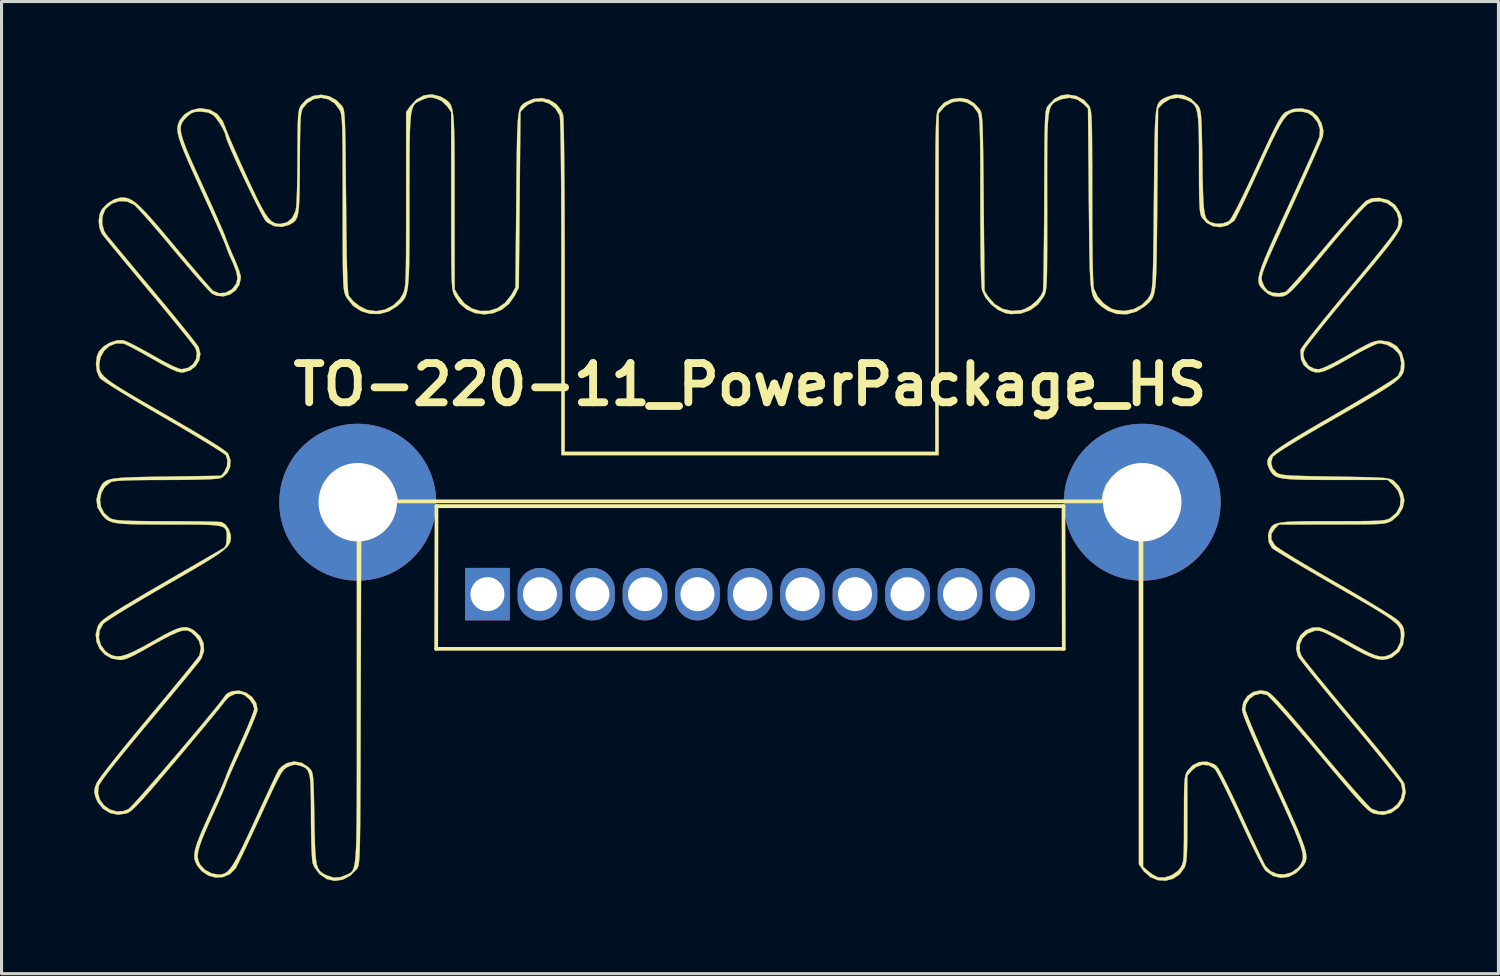
<source format=kicad_pcb>
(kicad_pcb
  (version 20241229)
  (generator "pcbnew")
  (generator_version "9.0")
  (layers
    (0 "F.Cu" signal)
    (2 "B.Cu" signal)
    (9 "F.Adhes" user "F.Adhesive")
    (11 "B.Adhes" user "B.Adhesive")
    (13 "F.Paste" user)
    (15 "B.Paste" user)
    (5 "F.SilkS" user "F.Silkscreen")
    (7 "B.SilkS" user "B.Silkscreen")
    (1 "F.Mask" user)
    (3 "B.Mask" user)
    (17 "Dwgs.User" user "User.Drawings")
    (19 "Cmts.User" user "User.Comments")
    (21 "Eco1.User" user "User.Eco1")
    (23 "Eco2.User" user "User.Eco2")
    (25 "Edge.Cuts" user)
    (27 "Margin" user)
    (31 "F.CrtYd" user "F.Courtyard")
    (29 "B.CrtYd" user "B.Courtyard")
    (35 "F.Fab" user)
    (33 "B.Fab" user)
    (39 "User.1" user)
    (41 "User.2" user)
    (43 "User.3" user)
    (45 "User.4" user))
  (footprint "TO-220-11_PowerPackage_HS"
    (layer "F.Cu")
    (at 21.232 13.21)
    (property "Reference" "TO-220-11_PowerPackage_HS" (at 0 -3.81 0) (layer "F.SilkS") (effects (font (size 1.27 1.27) (thickness 0.254))))
    (attr through_hole)
    (fp_line (start -10.16 4.747) (end -10.15 0.127) (stroke (width 0.12) (type solid)) (layer "F.SilkS"))
    (fp_line (start -10.15 0.127) (end 10.15 0.127) (stroke (width 0.127) (type solid)) (layer "F.SilkS"))
    (fp_line (start 10.15 0.127) (end 10.16 4.747) (stroke (width 0.12) (type solid)) (layer "F.SilkS"))
    (fp_line (start 10.16 4.747) (end -10.16 4.747) (stroke (width 0.12) (type solid)) (layer "F.SilkS"))
    (fp_poly (pts (xy -10.033 -13.137) (xy -9.93 -13.082) (xy -9.853 -13.035) (xy -9.788 -12.989) (xy -9.734 -12.936) (xy -9.689 -12.867) (xy -9.653 -12.772) (xy -9.625 -12.645) (xy -9.603 -12.475) (xy -9.588 -12.255) (xy -9.577 -11.975) (xy -9.57 -11.628) (xy -9.567 -11.203) (xy -9.565 -10.694) (xy -9.565 -10.09) (xy -9.565 -9.751) (xy -9.564 -6.898) (xy -9.442 -6.686) (xy -9.246 -6.437) (xy -9.002 -6.272) (xy -8.73 -6.192) (xy -8.448 -6.196) (xy -8.175 -6.283) (xy -7.93 -6.454) (xy -7.731 -6.707) (xy -7.728 -6.713) (xy -7.593 -6.952) (xy -7.566 -9.786) (xy -7.56 -10.426) (xy -7.554 -10.967) (xy -7.547 -11.419) (xy -7.54 -11.791) (xy -7.53 -12.09) (xy -7.517 -12.326) (xy -7.5 -12.508) (xy -7.479 -12.644) (xy -7.453 -12.742) (xy -7.42 -12.813) (xy -7.38 -12.863) (xy -7.333 -12.903) (xy -7.276 -12.941) (xy -7.273 -12.942) (xy -7.013 -13.057) (xy -6.745 -13.083) (xy -6.491 -13.025) (xy -6.273 -12.892) (xy -6.112 -12.69) (xy -6.053 -12.543) (xy -6.043 -12.455) (xy -6.035 -12.265) (xy -6.027 -11.974) (xy -6.021 -11.586) (xy -6.015 -11.105) (xy -6.01 -10.534) (xy -6.005 -9.877) (xy -6.002 -9.136) (xy -6 -8.316) (xy -5.999 -7.419) (xy -5.999 -6.992) (xy -5.999 -1.631) (xy 5.999 -1.631) (xy 5.999 -7.099) (xy 5.999 -7.983) (xy 5.999 -8.768) (xy 6 -9.458) (xy 6.001 -10.059) (xy 6.002 -10.579) (xy 6.004 -11.024) (xy 6.007 -11.399) (xy 6.011 -11.712) (xy 6.016 -11.968) (xy 6.022 -12.174) (xy 6.029 -12.336) (xy 6.037 -12.46) (xy 6.047 -12.552) (xy 6.058 -12.62) (xy 6.072 -12.669) (xy 6.087 -12.706) (xy 6.104 -12.736) (xy 6.105 -12.738) (xy 6.284 -12.931) (xy 6.53 -13.051) (xy 6.804 -13.087) (xy 7.049 -13.044) (xy 7.261 -12.916) (xy 7.428 -12.733) (xy 7.452 -12.698) (xy 7.473 -12.656) (xy 7.49 -12.6) (xy 7.504 -12.519) (xy 7.516 -12.405) (xy 7.526 -12.249) (xy 7.534 -12.043) (xy 7.541 -11.777) (xy 7.547 -11.442) (xy 7.553 -11.031) (xy 7.558 -10.533) (xy 7.564 -9.94) (xy 7.566 -9.715) (xy 7.593 -6.845) (xy 7.717 -6.647) (xy 7.923 -6.413) (xy 8.186 -6.259) (xy 8.481 -6.193) (xy 8.788 -6.221) (xy 8.888 -6.253) (xy 9.093 -6.363) (xy 9.282 -6.523) (xy 9.426 -6.7) (xy 9.486 -6.832) (xy 9.492 -6.907) (xy 9.498 -7.079) (xy 9.504 -7.337) (xy 9.509 -7.671) (xy 9.514 -8.07) (xy 9.519 -8.525) (xy 9.523 -9.025) (xy 9.526 -9.56) (xy 9.527 -9.822) (xy 9.53 -10.449) (xy 9.532 -10.978) (xy 9.535 -11.418) (xy 9.539 -11.777) (xy 9.544 -12.066) (xy 9.55 -12.291) (xy 9.559 -12.463) (xy 9.569 -12.59) (xy 9.582 -12.681) (xy 9.598 -12.744) (xy 9.617 -12.79) (xy 9.64 -12.826) (xy 9.65 -12.84) (xy 9.853 -13.054) (xy 10.073 -13.17) (xy 10.28 -13.199) (xy 10.566 -13.153) (xy 10.809 -13.026) (xy 10.973 -12.844) (xy 10.996 -12.803) (xy 11.016 -12.753) (xy 11.032 -12.687) (xy 11.045 -12.596) (xy 11.056 -12.47) (xy 11.064 -12.299) (xy 11.07 -12.076) (xy 11.074 -11.791) (xy 11.076 -11.435) (xy 11.078 -10.998) (xy 11.079 -10.473) (xy 11.079 -9.893) (xy 11.08 -9.189) (xy 11.084 -8.573) (xy 11.089 -8.049) (xy 11.097 -7.618) (xy 11.107 -7.285) (xy 11.119 -7.051) (xy 11.133 -6.922) (xy 11.137 -6.908) (xy 11.255 -6.658) (xy 11.446 -6.438) (xy 11.68 -6.279) (xy 11.806 -6.23) (xy 12.115 -6.193) (xy 12.413 -6.246) (xy 12.677 -6.38) (xy 12.882 -6.584) (xy 12.948 -6.693) (xy 12.971 -6.743) (xy 12.99 -6.802) (xy 13.006 -6.88) (xy 13.02 -6.984) (xy 13.031 -7.125) (xy 13.04 -7.31) (xy 13.048 -7.55) (xy 13.055 -7.853) (xy 13.061 -8.227) (xy 13.067 -8.683) (xy 13.073 -9.228) (xy 13.078 -9.815) (xy 13.084 -10.469) (xy 13.09 -11.024) (xy 13.096 -11.489) (xy 13.104 -11.873) (xy 13.114 -12.185) (xy 13.128 -12.432) (xy 13.146 -12.623) (xy 13.17 -12.767) (xy 13.201 -12.873) (xy 13.24 -12.948) (xy 13.287 -13.002) (xy 13.344 -13.042) (xy 13.411 -13.079) (xy 13.471 -13.109) (xy 13.748 -13.198) (xy 14.019 -13.183) (xy 14.272 -13.068) (xy 14.495 -12.856) (xy 14.507 -12.84) (xy 14.538 -12.794) (xy 14.564 -12.738) (xy 14.583 -12.662) (xy 14.599 -12.552) (xy 14.611 -12.397) (xy 14.621 -12.185) (xy 14.629 -11.904) (xy 14.637 -11.541) (xy 14.645 -11.084) (xy 14.646 -11.025) (xy 14.654 -10.532) (xy 14.663 -10.135) (xy 14.675 -9.822) (xy 14.69 -9.582) (xy 14.711 -9.405) (xy 14.738 -9.277) (xy 14.774 -9.189) (xy 14.82 -9.129) (xy 14.877 -9.086) (xy 14.913 -9.065) (xy 15.099 -9.015) (xy 15.309 -9.026) (xy 15.49 -9.092) (xy 15.518 -9.112) (xy 15.578 -9.192) (xy 15.676 -9.364) (xy 15.811 -9.622) (xy 15.977 -9.959) (xy 16.173 -10.369) (xy 16.395 -10.846) (xy 16.402 -10.862) (xy 16.611 -11.315) (xy 16.782 -11.681) (xy 16.92 -11.969) (xy 17.031 -12.19) (xy 17.12 -12.354) (xy 17.192 -12.472) (xy 17.254 -12.553) (xy 17.31 -12.607) (xy 17.342 -12.631) (xy 17.582 -12.731) (xy 17.853 -12.751) (xy 18.114 -12.69) (xy 18.203 -12.645) (xy 18.38 -12.485) (xy 18.505 -12.269) (xy 18.563 -12.033) (xy 18.549 -11.852) (xy 18.517 -11.763) (xy 18.444 -11.588) (xy 18.336 -11.338) (xy 18.198 -11.023) (xy 18.034 -10.655) (xy 17.849 -10.245) (xy 17.649 -9.803) (xy 17.511 -9.5) (xy 17.275 -8.985) (xy 17.081 -8.558) (xy 16.924 -8.211) (xy 16.801 -7.932) (xy 16.708 -7.715) (xy 16.641 -7.548) (xy 16.598 -7.422) (xy 16.573 -7.33) (xy 16.565 -7.26) (xy 16.568 -7.205) (xy 16.58 -7.154) (xy 16.586 -7.136) (xy 16.656 -6.98) (xy 16.749 -6.861) (xy 16.767 -6.847) (xy 16.934 -6.782) (xy 17.139 -6.768) (xy 17.324 -6.807) (xy 17.348 -6.818) (xy 17.405 -6.871) (xy 17.523 -6.996) (xy 17.691 -7.184) (xy 17.902 -7.425) (xy 18.146 -7.708) (xy 18.415 -8.024) (xy 18.618 -8.265) (xy 18.903 -8.601) (xy 19.173 -8.915) (xy 19.418 -9.194) (xy 19.63 -9.431) (xy 19.799 -9.612) (xy 19.915 -9.728) (xy 19.959 -9.765) (xy 20.136 -9.841) (xy 20.347 -9.853) (xy 20.381 -9.851) (xy 20.667 -9.781) (xy 20.887 -9.626) (xy 21.04 -9.387) (xy 21.053 -9.355) (xy 21.089 -9.256) (xy 21.111 -9.163) (xy 21.114 -9.069) (xy 21.092 -8.965) (xy 21.042 -8.843) (xy 20.956 -8.695) (xy 20.832 -8.513) (xy 20.662 -8.288) (xy 20.443 -8.013) (xy 20.168 -7.678) (xy 19.833 -7.276) (xy 19.528 -6.911) (xy 19.21 -6.531) (xy 18.912 -6.17) (xy 18.642 -5.838) (xy 18.406 -5.545) (xy 18.212 -5.301) (xy 18.069 -5.114) (xy 17.982 -4.994) (xy 17.962 -4.96) (xy 17.917 -4.822) (xy 17.927 -4.702) (xy 17.964 -4.603) (xy 18.086 -4.417) (xy 18.262 -4.322) (xy 18.412 -4.305) (xy 18.522 -4.333) (xy 18.711 -4.415) (xy 18.968 -4.545) (xy 19.282 -4.718) (xy 19.372 -4.769) (xy 19.676 -4.943) (xy 19.905 -5.067) (xy 20.077 -5.151) (xy 20.209 -5.202) (xy 20.319 -5.227) (xy 20.424 -5.234) (xy 20.432 -5.234) (xy 20.712 -5.187) (xy 20.938 -5.054) (xy 21.097 -4.848) (xy 21.177 -4.58) (xy 21.184 -4.46) (xy 21.182 -4.353) (xy 21.169 -4.258) (xy 21.138 -4.168) (xy 21.08 -4.078) (xy 20.988 -3.981) (xy 20.855 -3.871) (xy 20.671 -3.742) (xy 20.43 -3.588) (xy 20.124 -3.402) (xy 19.744 -3.179) (xy 19.283 -2.912) (xy 18.969 -2.732) (xy 18.394 -2.399) (xy 17.914 -2.117) (xy 17.529 -1.884) (xy 17.238 -1.701) (xy 17.04 -1.567) (xy 16.936 -1.483) (xy 16.921 -1.464) (xy 16.872 -1.28) (xy 16.92 -1.1) (xy 17.057 -0.953) (xy 17.062 -0.95) (xy 17.113 -0.923) (xy 17.182 -0.902) (xy 17.281 -0.884) (xy 17.423 -0.87) (xy 17.619 -0.859) (xy 17.881 -0.85) (xy 18.22 -0.841) (xy 18.649 -0.834) (xy 18.949 -0.829) (xy 19.43 -0.821) (xy 19.816 -0.814) (xy 20.117 -0.806) (xy 20.346 -0.797) (xy 20.515 -0.786) (xy 20.636 -0.771) (xy 20.72 -0.753) (xy 20.781 -0.73) (xy 20.829 -0.701) (xy 20.843 -0.691) (xy 21.011 -0.518) (xy 21.133 -0.295) (xy 21.184 -0.068) (xy 21.185 -0.053) (xy 21.135 0.183) (xy 21.002 0.406) (xy 20.806 0.581) (xy 20.774 0.601) (xy 20.712 0.634) (xy 20.649 0.66) (xy 20.571 0.681) (xy 20.467 0.696) (xy 20.323 0.706) (xy 20.128 0.714) (xy 19.868 0.718) (xy 19.532 0.72) (xy 19.107 0.721) (xy 18.845 0.721) (xy 17.127 0.722) (xy 16.994 0.853) (xy 16.883 1.022) (xy 16.879 1.199) (xy 16.983 1.38) (xy 17.01 1.41) (xy 17.089 1.47) (xy 17.251 1.577) (xy 17.484 1.724) (xy 17.778 1.903) (xy 18.121 2.107) (xy 18.503 2.331) (xy 18.911 2.567) (xy 18.996 2.616) (xy 19.44 2.872) (xy 19.848 3.112) (xy 20.211 3.33) (xy 20.519 3.519) (xy 20.762 3.674) (xy 20.93 3.788) (xy 21.009 3.852) (xy 21.118 3.983) (xy 21.17 4.109) (xy 21.185 4.281) (xy 21.185 4.311) (xy 21.141 4.608) (xy 21.013 4.843) (xy 20.804 5.011) (xy 20.771 5.027) (xy 20.628 5.081) (xy 20.483 5.101) (xy 20.323 5.084) (xy 20.13 5.024) (xy 19.89 4.916) (xy 19.587 4.757) (xy 19.307 4.6) (xy 19.005 4.428) (xy 18.779 4.305) (xy 18.614 4.224) (xy 18.493 4.177) (xy 18.4 4.157) (xy 18.319 4.157) (xy 18.287 4.162) (xy 18.06 4.245) (xy 17.894 4.397) (xy 17.803 4.595) (xy 17.799 4.817) (xy 17.85 4.966) (xy 17.901 5.04) (xy 18.014 5.188) (xy 18.182 5.4) (xy 18.398 5.666) (xy 18.654 5.978) (xy 18.942 6.327) (xy 19.256 6.704) (xy 19.531 7.032) (xy 19.954 7.537) (xy 20.318 7.978) (xy 20.623 8.353) (xy 20.865 8.66) (xy 21.042 8.894) (xy 21.152 9.053) (xy 21.191 9.125) (xy 21.228 9.404) (xy 21.159 9.664) (xy 20.994 9.891) (xy 20.758 10.059) (xy 20.497 10.123) (xy 20.214 10.083) (xy 20.189 10.074) (xy 20.129 10.048) (xy 20.061 10.003) (xy 19.977 9.933) (xy 19.87 9.829) (xy 19.735 9.686) (xy 19.565 9.496) (xy 19.352 9.25) (xy 19.09 8.943) (xy 18.773 8.567) (xy 18.427 8.155) (xy 18.091 7.755) (xy 17.775 7.385) (xy 17.488 7.053) (xy 17.236 6.766) (xy 17.026 6.533) (xy 16.865 6.362) (xy 16.762 6.261) (xy 16.731 6.237) (xy 16.535 6.197) (xy 16.342 6.243) (xy 16.177 6.36) (xy 16.065 6.53) (xy 16.033 6.699) (xy 16.054 6.779) (xy 16.117 6.945) (xy 16.215 7.187) (xy 16.345 7.494) (xy 16.502 7.855) (xy 16.681 8.26) (xy 16.878 8.698) (xy 17.021 9.014) (xy 17.274 9.567) (xy 17.484 10.033) (xy 17.654 10.418) (xy 17.788 10.734) (xy 17.888 10.989) (xy 17.958 11.191) (xy 17.999 11.35) (xy 18.015 11.474) (xy 18.008 11.574) (xy 17.982 11.656) (xy 17.94 11.732) (xy 17.906 11.78) (xy 17.688 12) (xy 17.442 12.128) (xy 17.185 12.162) (xy 16.933 12.1) (xy 16.702 11.939) (xy 16.696 11.934) (xy 16.639 11.851) (xy 16.545 11.683) (xy 16.421 11.442) (xy 16.272 11.142) (xy 16.105 10.794) (xy 15.927 10.411) (xy 15.863 10.271) (xy 15.686 9.887) (xy 15.517 9.532) (xy 15.363 9.217) (xy 15.231 8.956) (xy 15.126 8.761) (xy 15.056 8.646) (xy 15.039 8.625) (xy 14.852 8.517) (xy 14.642 8.502) (xy 14.438 8.576) (xy 14.316 8.678) (xy 14.159 8.852) (xy 14.159 10.246) (xy 14.158 10.684) (xy 14.155 11.028) (xy 14.149 11.291) (xy 14.139 11.488) (xy 14.124 11.631) (xy 14.104 11.734) (xy 14.078 11.81) (xy 14.071 11.824) (xy 13.913 12.046) (xy 13.701 12.189) (xy 13.458 12.253) (xy 13.205 12.236) (xy 12.964 12.137) (xy 12.757 11.955) (xy 12.714 11.898) (xy 12.592 11.722) (xy 12.592 1.155) (xy 12.795 1.119) (xy 13.124 1.011) (xy 13.4 0.818) (xy 13.61 0.555) (xy 13.738 0.238) (xy 13.76 0.123) (xy 13.756 -0.202) (xy 13.66 -0.497) (xy 13.488 -0.75) (xy 13.255 -0.948) (xy 12.976 -1.079) (xy 12.666 -1.131) (xy 12.341 -1.092) (xy 12.282 -1.074) (xy 12.021 -0.944) (xy 11.794 -0.75) (xy 11.622 -0.515) (xy 11.525 -0.265) (xy 11.511 -0.136) (xy 11.511 0.027) (xy -11.499 0.027) (xy -11.536 -0.174) (xy -11.647 -0.496) (xy -11.844 -0.771) (xy -12.109 -0.98) (xy -12.424 -1.107) (xy -12.513 -1.125) (xy -12.827 -1.124) (xy -13.13 -1.029) (xy -13.399 -0.855) (xy -13.614 -0.616) (xy -13.755 -0.324) (xy -13.759 -0.311) (xy -13.813 0.018) (xy -13.768 0.315) (xy -13.62 0.593) (xy -13.457 0.78) (xy -13.281 0.937) (xy -13.117 1.033) (xy -12.919 1.094) (xy -12.896 1.099) (xy -12.589 1.167) (xy -12.604 6.448) (xy -12.607 7.317) (xy -12.609 8.084) (xy -12.611 8.758) (xy -12.614 9.343) (xy -12.617 9.848) (xy -12.62 10.277) (xy -12.624 10.638) (xy -12.628 10.936) (xy -12.634 11.178) (xy -12.641 11.372) (xy -12.648 11.522) (xy -12.658 11.635) (xy -12.668 11.718) (xy -12.681 11.777) (xy -12.695 11.819) (xy -12.711 11.85) (xy -12.729 11.875) (xy -12.73 11.877) (xy -12.944 12.091) (xy -13.19 12.221) (xy -13.448 12.259) (xy -13.699 12.2) (xy -13.7 12.2) (xy -13.936 12.039) (xy -14.106 11.814) (xy -14.16 11.68) (xy -14.175 11.576) (xy -14.188 11.383) (xy -14.199 11.117) (xy -14.207 10.796) (xy -14.212 10.436) (xy -14.213 10.172) (xy -14.214 9.727) (xy -14.219 9.377) (xy -14.229 9.109) (xy -14.249 8.91) (xy -14.281 8.769) (xy -14.326 8.672) (xy -14.389 8.607) (xy -14.472 8.563) (xy -14.569 8.528) (xy -14.715 8.496) (xy -14.846 8.517) (xy -14.957 8.565) (xy -15.015 8.596) (xy -15.069 8.637) (xy -15.123 8.697) (xy -15.185 8.789) (xy -15.26 8.921) (xy -15.354 9.106) (xy -15.473 9.353) (xy -15.623 9.674) (xy -15.81 10.079) (xy -15.861 10.191) (xy -16.039 10.574) (xy -16.205 10.931) (xy -16.355 11.249) (xy -16.483 11.515) (xy -16.581 11.715) (xy -16.644 11.836) (xy -16.659 11.861) (xy -16.837 12.04) (xy -17.058 12.136) (xy -17.3 12.151) (xy -17.539 12.086) (xy -17.754 11.942) (xy -17.89 11.775) (xy -17.951 11.66) (xy -17.986 11.543) (xy -17.992 11.411) (xy -17.966 11.249) (xy -17.904 11.045) (xy -17.804 10.785) (xy -17.662 10.456) (xy -17.482 10.058) (xy -17.336 9.736) (xy -17.205 9.445) (xy -17.098 9.201) (xy -17.019 9.017) (xy -16.976 8.908) (xy -16.969 8.886) (xy -16.948 8.822) (xy -16.888 8.678) (xy -16.797 8.466) (xy -16.681 8.203) (xy -16.546 7.905) (xy -16.51 7.825) (xy -16.371 7.514) (xy -16.249 7.229) (xy -16.15 6.987) (xy -16.082 6.805) (xy -16.052 6.7) (xy -16.051 6.688) (xy -16.095 6.538) (xy -16.206 6.381) (xy -16.352 6.256) (xy -16.464 6.206) (xy -16.669 6.206) (xy -16.864 6.298) (xy -17.017 6.463) (xy -17.074 6.54) (xy -17.193 6.689) (xy -17.365 6.9) (xy -17.582 7.164) (xy -17.837 7.472) (xy -18.122 7.812) (xy -18.428 8.176) (xy -18.546 8.315) (xy -18.904 8.738) (xy -19.2 9.086) (xy -19.443 9.367) (xy -19.638 9.588) (xy -19.793 9.756) (xy -19.916 9.88) (xy -20.012 9.968) (xy -20.09 10.026) (xy -20.157 10.062) (xy -20.193 10.076) (xy -20.462 10.117) (xy -20.72 10.062) (xy -20.946 9.923) (xy -21.119 9.711) (xy -21.194 9.536) (xy -21.22 9.42) (xy -21.11 9.42) (xy -21.046 9.636) (xy -20.912 9.817) (xy -20.727 9.948) (xy -20.509 10.013) (xy -20.278 9.999) (xy -20.123 9.936) (xy -20.061 9.879) (xy -19.939 9.751) (xy -19.766 9.56) (xy -19.552 9.318) (xy -19.306 9.036) (xy -19.035 8.723) (xy -18.75 8.391) (xy -18.458 8.049) (xy -18.17 7.708) (xy -17.894 7.38) (xy -17.638 7.073) (xy -17.413 6.8) (xy -17.226 6.569) (xy -17.087 6.392) (xy -17.004 6.28) (xy -16.986 6.249) (xy -16.92 6.188) (xy -16.792 6.129) (xy -16.759 6.118) (xy -16.53 6.101) (xy -16.31 6.17) (xy -16.122 6.307) (xy -15.991 6.494) (xy -15.943 6.711) (xy -15.965 6.797) (xy -16.026 6.964) (xy -16.12 7.196) (xy -16.24 7.479) (xy -16.38 7.795) (xy -16.456 7.963) (xy -16.603 8.285) (xy -16.733 8.575) (xy -16.841 8.818) (xy -16.92 9.002) (xy -16.963 9.11) (xy -16.969 9.132) (xy -16.991 9.194) (xy -17.05 9.338) (xy -17.141 9.549) (xy -17.257 9.812) (xy -17.391 10.11) (xy -17.429 10.193) (xy -17.603 10.582) (xy -17.732 10.89) (xy -17.819 11.13) (xy -17.868 11.317) (xy -17.883 11.465) (xy -17.865 11.588) (xy -17.819 11.7) (xy -17.796 11.742) (xy -17.645 11.902) (xy -17.434 12.016) (xy -17.209 12.058) (xy -17.107 12.051) (xy -17.014 12.023) (xy -16.924 11.965) (xy -16.832 11.867) (xy -16.73 11.721) (xy -16.612 11.517) (xy -16.473 11.246) (xy -16.306 10.898) (xy -16.105 10.465) (xy -16.022 10.283) (xy -15.847 9.903) (xy -15.684 9.551) (xy -15.539 9.239) (xy -15.417 8.98) (xy -15.324 8.788) (xy -15.267 8.675) (xy -15.255 8.654) (xy -15.156 8.554) (xy -15.011 8.46) (xy -14.986 8.447) (xy -14.753 8.393) (xy -14.517 8.438) (xy -14.301 8.576) (xy -14.264 8.613) (xy -14.225 8.655) (xy -14.195 8.701) (xy -14.171 8.763) (xy -14.153 8.853) (xy -14.14 8.984) (xy -14.13 9.17) (xy -14.121 9.423) (xy -14.114 9.756) (xy -14.106 10.181) (xy -14.105 10.231) (xy -14.096 10.698) (xy -14.086 11.07) (xy -14.072 11.36) (xy -14.051 11.579) (xy -14.022 11.741) (xy -13.981 11.856) (xy -13.926 11.939) (xy -13.854 12) (xy -13.762 12.053) (xy -13.711 12.078) (xy -13.483 12.154) (xy -13.266 12.141) (xy -13.098 12.078) (xy -13.038 12.052) (xy -12.984 12.029) (xy -12.938 12.003) (xy -12.897 11.968) (xy -12.862 11.917) (xy -12.832 11.844) (xy -12.806 11.744) (xy -12.786 11.609) (xy -12.769 11.434) (xy -12.755 11.211) (xy -12.745 10.936) (xy -12.738 10.601) (xy -12.733 10.201) (xy -12.729 9.729) (xy -12.728 9.179) (xy -12.727 8.544) (xy -12.727 7.819) (xy -12.727 6.997) (xy -12.727 6.45) (xy -12.727 1.242) (xy -12.986 1.177) (xy -13.305 1.044) (xy -13.571 0.831) (xy -13.769 0.554) (xy -13.885 0.233) (xy -13.91 -0.024) (xy -13.858 -0.364) (xy -13.723 -0.657) (xy -13.521 -0.897) (xy -13.267 -1.076) (xy -12.978 -1.19) (xy -12.67 -1.232) (xy -12.359 -1.195) (xy -12.06 -1.074) (xy -11.789 -0.863) (xy -11.774 -0.847) (xy -11.565 -0.556) (xy -11.437 -0.227) (xy -11.401 -0.08) (xy 11.389 -0.08) (xy 11.422 -0.285) (xy 11.516 -0.551) (xy 11.695 -0.8) (xy 11.937 -1.011) (xy 12.22 -1.165) (xy 12.464 -1.233) (xy 12.777 -1.232) (xy 13.093 -1.141) (xy 13.385 -0.976) (xy 13.628 -0.75) (xy 13.755 -0.56) (xy 13.861 -0.247) (xy 13.873 0.076) (xy 13.8 0.392) (xy 13.65 0.682) (xy 13.433 0.928) (xy 13.157 1.11) (xy 12.889 1.201) (xy 12.727 1.234) (xy 12.727 11.8) (xy 12.902 11.955) (xy 13.048 12.062) (xy 13.192 12.136) (xy 13.223 12.146) (xy 13.432 12.149) (xy 13.653 12.076) (xy 13.846 11.945) (xy 13.928 11.85) (xy 13.965 11.792) (xy 13.994 11.731) (xy 14.016 11.655) (xy 14.031 11.548) (xy 14.041 11.399) (xy 14.047 11.192) (xy 14.05 10.915) (xy 14.051 10.553) (xy 14.051 10.272) (xy 14.052 9.847) (xy 14.054 9.515) (xy 14.059 9.262) (xy 14.067 9.076) (xy 14.079 8.941) (xy 14.097 8.845) (xy 14.121 8.773) (xy 14.153 8.713) (xy 14.161 8.7) (xy 14.331 8.515) (xy 14.548 8.413) (xy 14.787 8.4) (xy 15.019 8.48) (xy 15.095 8.531) (xy 15.161 8.616) (xy 15.266 8.796) (xy 15.407 9.068) (xy 15.584 9.429) (xy 15.794 9.875) (xy 15.918 10.145) (xy 16.093 10.525) (xy 16.257 10.878) (xy 16.403 11.191) (xy 16.526 11.451) (xy 16.62 11.645) (xy 16.678 11.759) (xy 16.69 11.78) (xy 16.855 11.946) (xy 17.068 12.036) (xy 17.303 12.05) (xy 17.532 11.988) (xy 17.729 11.852) (xy 17.808 11.755) (xy 17.854 11.678) (xy 17.886 11.599) (xy 17.901 11.509) (xy 17.895 11.399) (xy 17.866 11.26) (xy 17.811 11.083) (xy 17.727 10.858) (xy 17.611 10.577) (xy 17.459 10.23) (xy 17.269 9.809) (xy 17.038 9.304) (xy 16.915 9.037) (xy 16.647 8.45) (xy 16.424 7.955) (xy 16.244 7.547) (xy 16.107 7.223) (xy 16.01 6.979) (xy 15.952 6.809) (xy 15.93 6.709) (xy 15.929 6.703) (xy 15.975 6.468) (xy 16.103 6.277) (xy 16.289 6.147) (xy 16.513 6.093) (xy 16.725 6.122) (xy 16.783 6.151) (xy 16.859 6.208) (xy 16.959 6.301) (xy 17.09 6.436) (xy 17.257 6.62) (xy 17.468 6.86) (xy 17.727 7.162) (xy 18.042 7.534) (xy 18.418 7.982) (xy 18.436 8.004) (xy 18.759 8.388) (xy 19.066 8.749) (xy 19.349 9.077) (xy 19.601 9.365) (xy 19.814 9.603) (xy 19.978 9.782) (xy 20.088 9.893) (xy 20.126 9.925) (xy 20.356 10.01) (xy 20.583 10.004) (xy 20.791 9.922) (xy 20.963 9.778) (xy 21.081 9.586) (xy 21.128 9.362) (xy 21.087 9.121) (xy 21.082 9.107) (xy 21.038 9.042) (xy 20.932 8.903) (xy 20.771 8.7) (xy 20.562 8.44) (xy 20.312 8.134) (xy 20.028 7.789) (xy 19.718 7.414) (xy 19.42 7.058) (xy 19.09 6.663) (xy 18.78 6.288) (xy 18.497 5.944) (xy 18.248 5.638) (xy 18.041 5.38) (xy 17.882 5.179) (xy 17.779 5.042) (xy 17.739 4.983) (xy 17.682 4.743) (xy 17.715 4.511) (xy 17.823 4.306) (xy 17.993 4.149) (xy 18.208 4.06) (xy 18.424 4.053) (xy 18.535 4.088) (xy 18.718 4.169) (xy 18.954 4.285) (xy 19.223 4.428) (xy 19.424 4.54) (xy 19.762 4.729) (xy 20.026 4.864) (xy 20.231 4.951) (xy 20.394 4.993) (xy 20.53 4.996) (xy 20.656 4.963) (xy 20.747 4.922) (xy 20.942 4.767) (xy 21.052 4.548) (xy 21.077 4.357) (xy 21.075 4.256) (xy 21.065 4.166) (xy 21.038 4.083) (xy 20.986 3.999) (xy 20.901 3.909) (xy 20.776 3.807) (xy 20.603 3.685) (xy 20.372 3.538) (xy 20.077 3.36) (xy 19.709 3.144) (xy 19.26 2.885) (xy 18.952 2.708) (xy 18.529 2.463) (xy 18.134 2.233) (xy 17.775 2.022) (xy 17.465 1.837) (xy 17.212 1.684) (xy 17.027 1.57) (xy 16.92 1.499) (xy 16.9 1.483) (xy 16.794 1.292) (xy 16.773 1.071) (xy 16.809 0.932) (xy 16.848 0.849) (xy 16.894 0.781) (xy 16.96 0.728) (xy 17.056 0.688) (xy 17.194 0.658) (xy 17.384 0.638) (xy 17.639 0.625) (xy 17.968 0.618) (xy 18.383 0.615) (xy 18.872 0.615) (xy 19.347 0.614) (xy 19.726 0.613) (xy 20.022 0.609) (xy 20.246 0.603) (xy 20.412 0.594) (xy 20.532 0.581) (xy 20.617 0.563) (xy 20.681 0.54) (xy 20.736 0.51) (xy 20.736 0.51) (xy 20.935 0.336) (xy 21.045 0.119) (xy 21.065 -0.118) (xy 20.993 -0.351) (xy 20.838 -0.548) (xy 20.646 -0.722) (xy 18.968 -0.722) (xy 18.453 -0.723) (xy 18.035 -0.726) (xy 17.702 -0.735) (xy 17.444 -0.749) (xy 17.249 -0.771) (xy 17.106 -0.802) (xy 17.003 -0.845) (xy 16.93 -0.9) (xy 16.875 -0.97) (xy 16.838 -1.036) (xy 16.786 -1.141) (xy 16.754 -1.235) (xy 16.749 -1.324) (xy 16.776 -1.414) (xy 16.843 -1.511) (xy 16.957 -1.621) (xy 17.124 -1.749) (xy 17.353 -1.902) (xy 17.648 -2.086) (xy 18.018 -2.306) (xy 18.469 -2.569) (xy 18.911 -2.823) (xy 19.345 -3.076) (xy 19.749 -3.314) (xy 20.113 -3.531) (xy 20.426 -3.723) (xy 20.679 -3.882) (xy 20.862 -4.002) (xy 20.965 -4.078) (xy 20.981 -4.094) (xy 21.065 -4.284) (xy 21.084 -4.512) (xy 21.04 -4.729) (xy 20.985 -4.831) (xy 20.819 -4.991) (xy 20.613 -5.102) (xy 20.405 -5.145) (xy 20.345 -5.141) (xy 20.244 -5.107) (xy 20.071 -5.026) (xy 19.843 -4.91) (xy 19.582 -4.768) (xy 19.388 -4.657) (xy 19.055 -4.468) (xy 18.796 -4.333) (xy 18.596 -4.247) (xy 18.439 -4.206) (xy 18.309 -4.206) (xy 18.19 -4.242) (xy 18.103 -4.287) (xy 17.934 -4.429) (xy 17.843 -4.621) (xy 17.823 -4.88) (xy 17.825 -4.929) (xy 17.861 -4.994) (xy 17.96 -5.133) (xy 18.115 -5.336) (xy 18.321 -5.597) (xy 18.569 -5.906) (xy 18.855 -6.256) (xy 19.171 -6.638) (xy 19.374 -6.88) (xy 19.799 -7.391) (xy 20.162 -7.832) (xy 20.46 -8.202) (xy 20.692 -8.499) (xy 20.857 -8.721) (xy 20.953 -8.866) (xy 20.976 -8.915) (xy 21.003 -9.156) (xy 20.941 -9.374) (xy 20.808 -9.554) (xy 20.622 -9.683) (xy 20.402 -9.745) (xy 20.166 -9.727) (xy 20.013 -9.665) (xy 19.937 -9.602) (xy 19.803 -9.466) (xy 19.621 -9.268) (xy 19.4 -9.02) (xy 19.151 -8.732) (xy 18.882 -8.416) (xy 18.753 -8.262) (xy 18.416 -7.856) (xy 18.139 -7.525) (xy 17.915 -7.261) (xy 17.736 -7.057) (xy 17.595 -6.906) (xy 17.482 -6.798) (xy 17.391 -6.727) (xy 17.313 -6.685) (xy 17.241 -6.665) (xy 17.166 -6.658) (xy 17.103 -6.657) (xy 16.927 -6.673) (xy 16.788 -6.735) (xy 16.663 -6.836) (xy 16.584 -6.91) (xy 16.523 -6.982) (xy 16.482 -7.061) (xy 16.463 -7.156) (xy 16.469 -7.275) (xy 16.502 -7.428) (xy 16.566 -7.624) (xy 16.661 -7.872) (xy 16.792 -8.181) (xy 16.961 -8.56) (xy 17.169 -9.018) (xy 17.42 -9.564) (xy 17.424 -9.572) (xy 17.63 -10.02) (xy 17.823 -10.443) (xy 17.998 -10.83) (xy 18.151 -11.17) (xy 18.276 -11.453) (xy 18.369 -11.666) (xy 18.424 -11.799) (xy 18.437 -11.834) (xy 18.454 -12.073) (xy 18.375 -12.307) (xy 18.209 -12.507) (xy 18.205 -12.511) (xy 18.058 -12.604) (xy 17.887 -12.643) (xy 17.777 -12.647) (xy 17.66 -12.642) (xy 17.558 -12.624) (xy 17.464 -12.583) (xy 17.373 -12.508) (xy 17.278 -12.393) (xy 17.172 -12.226) (xy 17.05 -12) (xy 16.904 -11.705) (xy 16.729 -11.332) (xy 16.519 -10.872) (xy 16.475 -10.775) (xy 16.298 -10.389) (xy 16.131 -10.031) (xy 15.982 -9.715) (xy 15.855 -9.453) (xy 15.757 -9.256) (xy 15.693 -9.138) (xy 15.674 -9.111) (xy 15.466 -8.964) (xy 15.231 -8.907) (xy 14.993 -8.936) (xy 14.78 -9.049) (xy 14.626 -9.226) (xy 14.6 -9.281) (xy 14.58 -9.358) (xy 14.564 -9.47) (xy 14.553 -9.627) (xy 14.545 -9.843) (xy 14.54 -10.13) (xy 14.538 -10.499) (xy 14.537 -10.962) (xy 14.537 -11.462) (xy 14.533 -11.866) (xy 14.524 -12.186) (xy 14.507 -12.433) (xy 14.481 -12.619) (xy 14.442 -12.756) (xy 14.389 -12.854) (xy 14.32 -12.925) (xy 14.231 -12.98) (xy 14.123 -13.03) (xy 13.858 -13.095) (xy 13.606 -13.057) (xy 13.383 -12.921) (xy 13.345 -12.884) (xy 13.213 -12.745) (xy 13.186 -9.795) (xy 13.181 -9.14) (xy 13.175 -8.583) (xy 13.169 -8.115) (xy 13.162 -7.728) (xy 13.152 -7.413) (xy 13.138 -7.16) (xy 13.12 -6.961) (xy 13.096 -6.808) (xy 13.066 -6.69) (xy 13.027 -6.601) (xy 12.98 -6.53) (xy 12.924 -6.468) (xy 12.856 -6.408) (xy 12.785 -6.347) (xy 12.505 -6.169) (xy 12.197 -6.086) (xy 11.882 -6.096) (xy 11.581 -6.202) (xy 11.38 -6.34) (xy 11.301 -6.409) (xy 11.233 -6.472) (xy 11.176 -6.538) (xy 11.129 -6.616) (xy 11.091 -6.715) (xy 11.061 -6.844) (xy 11.037 -7.011) (xy 11.018 -7.225) (xy 11.005 -7.496) (xy 10.995 -7.831) (xy 10.987 -8.24) (xy 10.981 -8.732) (xy 10.975 -9.315) (xy 10.971 -9.822) (xy 10.944 -12.745) (xy 10.812 -12.884) (xy 10.597 -13.039) (xy 10.349 -13.095) (xy 10.085 -13.051) (xy 10.034 -13.03) (xy 9.947 -12.992) (xy 9.872 -12.955) (xy 9.81 -12.909) (xy 9.759 -12.848) (xy 9.718 -12.761) (xy 9.686 -12.641) (xy 9.661 -12.48) (xy 9.644 -12.268) (xy 9.632 -11.997) (xy 9.624 -11.659) (xy 9.621 -11.244) (xy 9.62 -10.746) (xy 9.62 -10.155) (xy 9.621 -9.711) (xy 9.622 -9.088) (xy 9.622 -8.563) (xy 9.621 -8.126) (xy 9.619 -7.769) (xy 9.616 -7.482) (xy 9.61 -7.256) (xy 9.603 -7.083) (xy 9.593 -6.952) (xy 9.58 -6.855) (xy 9.563 -6.782) (xy 9.544 -6.725) (xy 9.52 -6.675) (xy 9.513 -6.66) (xy 9.322 -6.401) (xy 9.066 -6.214) (xy 8.765 -6.108) (xy 8.441 -6.092) (xy 8.266 -6.124) (xy 8.03 -6.23) (xy 7.805 -6.408) (xy 7.624 -6.625) (xy 7.518 -6.845) (xy 7.502 -6.958) (xy 7.489 -7.174) (xy 7.478 -7.494) (xy 7.469 -7.917) (xy 7.463 -8.445) (xy 7.459 -9.079) (xy 7.458 -9.751) (xy 7.458 -10.365) (xy 7.457 -10.882) (xy 7.454 -11.31) (xy 7.451 -11.659) (xy 7.445 -11.937) (xy 7.438 -12.154) (xy 7.429 -12.319) (xy 7.417 -12.441) (xy 7.402 -12.529) (xy 7.384 -12.592) (xy 7.37 -12.627) (xy 7.223 -12.82) (xy 7.021 -12.941) (xy 6.789 -12.986) (xy 6.552 -12.952) (xy 6.337 -12.837) (xy 6.245 -12.748) (xy 6.107 -12.585) (xy 6.107 -1.524) (xy -6.107 -1.524) (xy -6.107 -6.948) (xy -6.107 -7.959) (xy -6.109 -8.864) (xy -6.111 -9.666) (xy -6.115 -10.365) (xy -6.12 -10.963) (xy -6.125 -11.463) (xy -6.132 -11.864) (xy -6.14 -12.17) (xy -6.149 -12.381) (xy -6.159 -12.499) (xy -6.164 -12.523) (xy -6.3 -12.749) (xy -6.492 -12.903) (xy -6.718 -12.979) (xy -6.954 -12.972) (xy -7.18 -12.877) (xy -7.3 -12.776) (xy -7.431 -12.638) (xy -7.458 -9.795) (xy -7.485 -6.952) (xy -7.612 -6.696) (xy -7.798 -6.427) (xy -8.038 -6.235) (xy -8.314 -6.12) (xy -8.606 -6.082) (xy -8.897 -6.122) (xy -9.168 -6.239) (xy -9.401 -6.433) (xy -9.56 -6.673) (xy -9.585 -6.726) (xy -9.606 -6.783) (xy -9.623 -6.851) (xy -9.637 -6.941) (xy -9.648 -7.061) (xy -9.657 -7.22) (xy -9.663 -7.428) (xy -9.668 -7.694) (xy -9.671 -8.027) (xy -9.673 -8.435) (xy -9.673 -8.929) (xy -9.674 -9.517) (xy -9.674 -9.768) (xy -9.674 -12.631) (xy -9.797 -12.812) (xy -9.981 -12.99) (xy -10.145 -13.065) (xy -10.294 -13.103) (xy -10.413 -13.101) (xy -10.556 -13.054) (xy -10.618 -13.027) (xy -10.703 -12.99) (xy -10.776 -12.953) (xy -10.837 -12.908) (xy -10.887 -12.846) (xy -10.927 -12.76) (xy -10.959 -12.639) (xy -10.983 -12.477) (xy -11 -12.263) (xy -11.012 -11.991) (xy -11.019 -11.65) (xy -11.023 -11.233) (xy -11.025 -10.731) (xy -11.026 -10.136) (xy -11.026 -9.747) (xy -11.026 -9.1) (xy -11.027 -8.551) (xy -11.03 -8.09) (xy -11.035 -7.71) (xy -11.044 -7.4) (xy -11.059 -7.152) (xy -11.079 -6.957) (xy -11.106 -6.805) (xy -11.141 -6.688) (xy -11.185 -6.596) (xy -11.239 -6.521) (xy -11.305 -6.454) (xy -11.382 -6.385) (xy -11.421 -6.352) (xy -11.696 -6.177) (xy -11.996 -6.095) (xy -12.303 -6.1) (xy -12.594 -6.189) (xy -12.85 -6.359) (xy -13.05 -6.606) (xy -13.077 -6.655) (xy -13.101 -6.705) (xy -13.121 -6.76) (xy -13.138 -6.829) (xy -13.152 -6.921) (xy -13.163 -7.046) (xy -13.171 -7.212) (xy -13.177 -7.428) (xy -13.181 -7.705) (xy -13.184 -8.05) (xy -13.186 -8.474) (xy -13.186 -8.985) (xy -13.186 -9.592) (xy -13.186 -9.69) (xy -13.187 -10.316) (xy -13.188 -10.844) (xy -13.189 -11.284) (xy -13.193 -11.643) (xy -13.197 -11.932) (xy -13.203 -12.158) (xy -13.212 -12.332) (xy -13.223 -12.461) (xy -13.236 -12.556) (xy -13.252 -12.625) (xy -13.272 -12.677) (xy -13.281 -12.696) (xy -13.444 -12.913) (xy -13.652 -13.046) (xy -13.884 -13.094) (xy -14.118 -13.054) (xy -14.332 -12.926) (xy -14.469 -12.768) (xy -14.496 -12.718) (xy -14.518 -12.651) (xy -14.535 -12.555) (xy -14.548 -12.418) (xy -14.558 -12.227) (xy -14.565 -11.972) (xy -14.57 -11.639) (xy -14.574 -11.218) (xy -14.576 -10.972) (xy -14.579 -10.483) (xy -14.584 -10.089) (xy -14.593 -9.78) (xy -14.607 -9.542) (xy -14.628 -9.365) (xy -14.658 -9.237) (xy -14.701 -9.146) (xy -14.756 -9.082) (xy -14.828 -9.031) (xy -14.917 -8.983) (xy -14.925 -8.979) (xy -15.161 -8.914) (xy -15.405 -8.941) (xy -15.622 -9.053) (xy -15.675 -9.1) (xy -15.728 -9.18) (xy -15.817 -9.34) (xy -15.933 -9.564) (xy -16.068 -9.836) (xy -16.217 -10.141) (xy -16.37 -10.462) (xy -16.521 -10.783) (xy -16.661 -11.089) (xy -16.783 -11.364) (xy -16.881 -11.591) (xy -16.945 -11.755) (xy -16.969 -11.839) (xy -16.969 -11.84) (xy -17 -11.953) (xy -17.078 -12.115) (xy -17.182 -12.29) (xy -17.293 -12.443) (xy -17.38 -12.534) (xy -17.545 -12.618) (xy -17.769 -12.646) (xy -17.793 -12.647) (xy -17.972 -12.636) (xy -18.099 -12.588) (xy -18.227 -12.482) (xy -18.245 -12.465) (xy -18.33 -12.374) (xy -18.391 -12.283) (xy -18.427 -12.183) (xy -18.434 -12.061) (xy -18.409 -11.907) (xy -18.351 -11.711) (xy -18.257 -11.46) (xy -18.124 -11.145) (xy -17.95 -10.754) (xy -17.746 -10.309) (xy -17.572 -9.927) (xy -17.409 -9.568) (xy -17.265 -9.244) (xy -17.145 -8.971) (xy -17.055 -8.762) (xy -17.003 -8.632) (xy -16.995 -8.609) (xy -16.942 -8.466) (xy -16.857 -8.259) (xy -16.757 -8.025) (xy -16.704 -7.907) (xy -16.609 -7.683) (xy -16.534 -7.48) (xy -16.49 -7.329) (xy -16.483 -7.276) (xy -16.53 -7.045) (xy -16.654 -6.858) (xy -16.835 -6.727) (xy -17.047 -6.666) (xy -17.27 -6.686) (xy -17.413 -6.751) (xy -17.482 -6.815) (xy -17.61 -6.95) (xy -17.788 -7.148) (xy -18.005 -7.396) (xy -18.252 -7.684) (xy -18.52 -8.002) (xy -18.67 -8.181) (xy -18.946 -8.512) (xy -19.209 -8.821) (xy -19.446 -9.096) (xy -19.651 -9.327) (xy -19.811 -9.502) (xy -19.918 -9.612) (xy -19.95 -9.639) (xy -20.177 -9.739) (xy -20.421 -9.748) (xy -20.654 -9.672) (xy -20.845 -9.516) (xy -20.884 -9.463) (xy -20.966 -9.252) (xy -20.973 -9.008) (xy -20.908 -8.776) (xy -20.845 -8.674) (xy -20.782 -8.595) (xy -20.658 -8.445) (xy -20.482 -8.232) (xy -20.261 -7.966) (xy -20.004 -7.658) (xy -19.719 -7.317) (xy -19.414 -6.954) (xy -19.323 -6.845) (xy -19.016 -6.477) (xy -18.728 -6.129) (xy -18.468 -5.81) (xy -18.242 -5.531) (xy -18.06 -5.302) (xy -17.929 -5.132) (xy -17.856 -5.03) (xy -17.847 -5.015) (xy -17.795 -4.802) (xy -17.834 -4.592) (xy -17.948 -4.407) (xy -18.123 -4.27) (xy -18.343 -4.202) (xy -18.409 -4.198) (xy -18.534 -4.226) (xy -18.736 -4.312) (xy -19.018 -4.458) (xy -19.357 -4.648) (xy -19.627 -4.802) (xy -19.875 -4.938) (xy -20.081 -5.045) (xy -20.226 -5.115) (xy -20.279 -5.135) (xy -20.515 -5.143) (xy -20.733 -5.061) (xy -20.911 -4.905) (xy -21.028 -4.691) (xy -21.06 -4.534) (xy -21.068 -4.428) (xy -21.064 -4.335) (xy -21.042 -4.248) (xy -20.994 -4.161) (xy -20.912 -4.068) (xy -20.788 -3.963) (xy -20.615 -3.839) (xy -20.384 -3.69) (xy -20.089 -3.51) (xy -19.72 -3.293) (xy -19.271 -3.033) (xy -18.926 -2.834) (xy -18.366 -2.509) (xy -17.899 -2.234) (xy -17.523 -2.007) (xy -17.236 -1.827) (xy -17.036 -1.692) (xy -16.921 -1.602) (xy -16.892 -1.569) (xy -16.82 -1.358) (xy -16.833 -1.142) (xy -16.922 -0.949) (xy -17.077 -0.809) (xy -17.15 -0.777) (xy -17.251 -0.761) (xy -17.449 -0.747) (xy -17.734 -0.736) (xy -18.094 -0.728) (xy -18.519 -0.723) (xy -18.936 -0.721) (xy -19.451 -0.719) (xy -19.866 -0.715) (xy -20.188 -0.707) (xy -20.426 -0.695) (xy -20.587 -0.68) (xy -20.68 -0.66) (xy -20.693 -0.654) (xy -20.884 -0.505) (xy -21.001 -0.305) (xy -21.044 -0.08) (xy -21.014 0.146) (xy -20.912 0.349) (xy -20.738 0.504) (xy -20.662 0.542) (xy -20.582 0.564) (xy -20.456 0.582) (xy -20.272 0.595) (xy -20.02 0.605) (xy -19.689 0.611) (xy -19.27 0.615) (xy -18.849 0.616) (xy -18.434 0.617) (xy -18.051 0.62) (xy -17.713 0.624) (xy -17.435 0.63) (xy -17.232 0.636) (xy -17.117 0.644) (xy -17.1 0.646) (xy -16.979 0.726) (xy -16.876 0.872) (xy -16.815 1.048) (xy -16.807 1.125) (xy -16.812 1.213) (xy -16.831 1.295) (xy -16.873 1.376) (xy -16.946 1.464) (xy -17.058 1.563) (xy -17.216 1.68) (xy -17.429 1.82) (xy -17.706 1.99) (xy -18.053 2.196) (xy -18.479 2.444) (xy -18.912 2.693) (xy -19.352 2.948) (xy -19.758 3.187) (xy -20.121 3.405) (xy -20.43 3.594) (xy -20.675 3.75) (xy -20.847 3.865) (xy -20.937 3.935) (xy -20.942 3.941) (xy -21.057 4.151) (xy -21.081 4.385) (xy -21.021 4.615) (xy -20.88 4.813) (xy -20.766 4.901) (xy -20.636 4.965) (xy -20.501 4.993) (xy -20.346 4.981) (xy -20.157 4.924) (xy -19.919 4.819) (xy -19.617 4.662) (xy -19.325 4.498) (xy -18.988 4.309) (xy -18.726 4.174) (xy -18.523 4.088) (xy -18.364 4.048) (xy -18.232 4.05) (xy -18.113 4.089) (xy -17.991 4.159) (xy -17.796 4.345) (xy -17.689 4.572) (xy -17.676 4.817) (xy -17.761 5.058) (xy -17.775 5.08) (xy -17.83 5.154) (xy -17.947 5.3) (xy -18.118 5.511) (xy -18.336 5.776) (xy -18.593 6.087) (xy -18.882 6.434) (xy -19.196 6.81) (xy -19.45 7.112) (xy -19.886 7.634) (xy -20.257 8.084) (xy -20.561 8.46) (xy -20.797 8.761) (xy -20.964 8.986) (xy -21.06 9.132) (xy -21.085 9.182) (xy -21.11 9.42) (xy -21.22 9.42) (xy -21.227 9.386) (xy -21.215 9.256) (xy -21.153 9.091) (xy -21.097 9) (xy -20.978 8.836) (xy -20.803 8.607) (xy -20.579 8.324) (xy -20.314 7.994) (xy -20.014 7.627) (xy -19.687 7.23) (xy -19.456 6.953) (xy -19.129 6.563) (xy -18.824 6.195) (xy -18.546 5.859) (xy -18.304 5.564) (xy -18.103 5.317) (xy -17.952 5.128) (xy -17.856 5.005) (xy -17.825 4.958) (xy -17.778 4.718) (xy -17.838 4.494) (xy -17.971 4.319) (xy -18.098 4.205) (xy -18.201 4.156) (xy -18.325 4.153) (xy -18.374 4.159) (xy -18.515 4.201) (xy -18.733 4.297) (xy -19.016 4.442) (xy -19.354 4.629) (xy -19.385 4.647) (xy -19.699 4.825) (xy -19.936 4.952) (xy -20.115 5.036) (xy -20.251 5.085) (xy -20.359 5.105) (xy -20.4 5.107) (xy -20.665 5.06) (xy -20.887 4.933) (xy -21.055 4.746) (xy -21.157 4.52) (xy -21.182 4.273) (xy -21.12 4.027) (xy -21.062 3.925) (xy -21.007 3.864) (xy -20.911 3.784) (xy -20.764 3.68) (xy -20.56 3.547) (xy -20.292 3.381) (xy -19.951 3.177) (xy -19.531 2.929) (xy -19.024 2.634) (xy -19.022 2.633) (xy -18.605 2.391) (xy -18.216 2.166) (xy -17.864 1.962) (xy -17.56 1.786) (xy -17.315 1.643) (xy -17.137 1.54) (xy -17.039 1.483) (xy -17.023 1.473) (xy -16.966 1.384) (xy -16.943 1.202) (xy -16.942 1.149) (xy -16.943 1.035) (xy -16.951 0.944) (xy -16.978 0.872) (xy -17.033 0.818) (xy -17.128 0.778) (xy -17.274 0.752) (xy -17.48 0.735) (xy -17.757 0.726) (xy -18.117 0.723) (xy -18.568 0.722) (xy -18.819 0.722) (xy -19.323 0.721) (xy -19.732 0.718) (xy -20.056 0.711) (xy -20.308 0.698) (xy -20.501 0.677) (xy -20.646 0.647) (xy -20.756 0.605) (xy -20.841 0.551) (xy -20.916 0.482) (xy -20.978 0.412) (xy -21.122 0.173) (xy -21.159 -0.083) (xy -21.09 -0.357) (xy -21.084 -0.37) (xy -21.033 -0.481) (xy -20.983 -0.571) (xy -20.921 -0.643) (xy -20.837 -0.698) (xy -20.72 -0.74) (xy -20.558 -0.77) (xy -20.34 -0.791) (xy -20.055 -0.806) (xy -19.691 -0.816) (xy -19.238 -0.824) (xy -18.899 -0.829) (xy -17.122 -0.856) (xy -17.019 -0.982) (xy -16.934 -1.16) (xy -16.921 -1.367) (xy -16.967 -1.52) (xy -17.023 -1.566) (xy -17.164 -1.66) (xy -17.377 -1.795) (xy -17.655 -1.965) (xy -17.986 -2.165) (xy -18.361 -2.387) (xy -18.77 -2.626) (xy -18.994 -2.755) (xy -19.504 -3.052) (xy -19.952 -3.317) (xy -20.332 -3.546) (xy -20.638 -3.736) (xy -20.866 -3.884) (xy -21.01 -3.987) (xy -21.06 -4.033) (xy -21.146 -4.242) (xy -21.174 -4.49) (xy -21.142 -4.732) (xy -21.078 -4.883) (xy -20.927 -5.044) (xy -20.717 -5.169) (xy -20.489 -5.242) (xy -20.299 -5.245) (xy -20.196 -5.208) (xy -20.019 -5.125) (xy -19.79 -5.007) (xy -19.528 -4.864) (xy -19.346 -4.76) (xy -18.974 -4.552) (xy -18.689 -4.407) (xy -18.49 -4.325) (xy -18.395 -4.306) (xy -18.189 -4.351) (xy -18.029 -4.471) (xy -17.93 -4.643) (xy -17.91 -4.841) (xy -17.955 -4.988) (xy -18.005 -5.06) (xy -18.117 -5.205) (xy -18.282 -5.413) (xy -18.494 -5.675) (xy -18.744 -5.981) (xy -19.024 -6.321) (xy -19.328 -6.685) (xy -19.463 -6.846) (xy -19.774 -7.219) (xy -20.067 -7.571) (xy -20.333 -7.892) (xy -20.565 -8.172) (xy -20.755 -8.404) (xy -20.894 -8.576) (xy -20.975 -8.679) (xy -20.99 -8.7) (xy -21.065 -8.89) (xy -21.085 -9.119) (xy -21.051 -9.341) (xy -20.982 -9.486) (xy -20.799 -9.671) (xy -20.582 -9.805) (xy -20.367 -9.865) (xy -20.333 -9.866) (xy -20.225 -9.858) (xy -20.119 -9.831) (xy -20.007 -9.776) (xy -19.881 -9.686) (xy -19.733 -9.553) (xy -19.554 -9.369) (xy -19.336 -9.127) (xy -19.071 -8.819) (xy -18.75 -8.438) (xy -18.618 -8.279) (xy -18.341 -7.948) (xy -18.082 -7.642) (xy -17.85 -7.37) (xy -17.654 -7.143) (xy -17.503 -6.972) (xy -17.406 -6.867) (xy -17.376 -6.84) (xy -17.187 -6.766) (xy -16.979 -6.784) (xy -16.786 -6.887) (xy -16.749 -6.921) (xy -16.636 -7.073) (xy -16.595 -7.246) (xy -16.628 -7.459) (xy -16.733 -7.729) (xy -16.75 -7.766) (xy -16.841 -7.966) (xy -16.918 -8.154) (xy -16.96 -8.274) (xy -16.994 -8.363) (xy -17.068 -8.537) (xy -17.175 -8.783) (xy -17.31 -9.088) (xy -17.467 -9.439) (xy -17.642 -9.824) (xy -17.774 -10.113) (xy -17.995 -10.598) (xy -18.174 -10.998) (xy -18.313 -11.321) (xy -18.415 -11.581) (xy -18.485 -11.786) (xy -18.525 -11.949) (xy -18.539 -12.079) (xy -18.529 -12.188) (xy -18.499 -12.286) (xy -18.457 -12.377) (xy -18.306 -12.56) (xy -18.086 -12.691) (xy -17.834 -12.752) (xy -17.784 -12.753) (xy -17.488 -12.707) (xy -17.25 -12.571) (xy -17.076 -12.35) (xy -17.001 -12.168) (xy -16.958 -12.054) (xy -16.878 -11.859) (xy -16.766 -11.598) (xy -16.629 -11.287) (xy -16.475 -10.943) (xy -16.326 -10.615) (xy -16.121 -10.171) (xy -15.951 -9.816) (xy -15.809 -9.541) (xy -15.689 -9.335) (xy -15.584 -9.19) (xy -15.487 -9.094) (xy -15.392 -9.039) (xy -15.291 -9.014) (xy -15.215 -9.01) (xy -14.995 -9.058) (xy -14.828 -9.195) (xy -14.72 -9.414) (xy -14.696 -9.522) (xy -14.684 -9.646) (xy -14.673 -9.86) (xy -14.663 -10.146) (xy -14.656 -10.487) (xy -14.651 -10.866) (xy -14.649 -11.229) (xy -14.647 -11.664) (xy -14.644 -12.004) (xy -14.639 -12.265) (xy -14.631 -12.458) (xy -14.618 -12.598) (xy -14.601 -12.698) (xy -14.578 -12.771) (xy -14.548 -12.83) (xy -14.54 -12.844) (xy -14.362 -13.041) (xy -14.136 -13.156) (xy -13.884 -13.191) (xy -13.628 -13.144) (xy -13.391 -13.016) (xy -13.219 -12.843) (xy -13.195 -12.808) (xy -13.174 -12.768) (xy -13.156 -12.713) (xy -13.142 -12.636) (xy -13.129 -12.527) (xy -13.119 -12.378) (xy -13.111 -12.179) (xy -13.104 -11.923) (xy -13.098 -11.6) (xy -13.093 -11.202) (xy -13.088 -10.72) (xy -13.082 -10.145) (xy -13.078 -9.742) (xy -13.071 -9.053) (xy -13.064 -8.466) (xy -13.056 -7.973) (xy -13.047 -7.569) (xy -13.037 -7.248) (xy -13.026 -7.004) (xy -13.013 -6.831) (xy -12.999 -6.723) (xy -12.985 -6.677) (xy -12.841 -6.503) (xy -12.635 -6.344) (xy -12.412 -6.233) (xy -12.398 -6.228) (xy -12.105 -6.185) (xy -11.814 -6.237) (xy -11.55 -6.372) (xy -11.336 -6.579) (xy -11.247 -6.724) (xy -11.222 -6.778) (xy -11.201 -6.835) (xy -11.183 -6.903) (xy -11.169 -6.992) (xy -11.158 -7.111) (xy -11.149 -7.27) (xy -11.143 -7.477) (xy -11.138 -7.742) (xy -11.135 -8.073) (xy -11.134 -8.481) (xy -11.133 -8.974) (xy -11.133 -9.562) (xy -11.133 -9.795) (xy -11.133 -12.631) (xy -11.011 -12.807) (xy -10.801 -13.037) (xy -10.56 -13.17) (xy -10.3 -13.205) (xy -10.033 -13.137)) (stroke (width 0.01) (type solid)) (fill yes) (layer "F.SilkS"))
    (pad "" thru_hole circle (at -12.7 0) (size 5.08 5.08) (drill 2.54) (layers "*.Cu" "*.Mask"))
    (pad "" thru_hole circle (at 12.7 0) (size 5.08 5.08) (drill 2.54) (layers "*.Cu" "*.Mask"))
    (pad "1" thru_hole rect (at -8.5 2.977) (size 1.446 1.7) (drill 1.1) (layers "*.Cu" "*.Mask"))
    (pad "2" thru_hole oval (at -6.8 2.977) (size 1.446 1.7) (drill 1.1) (layers "*.Cu" "*.Mask"))
    (pad "3" thru_hole oval (at -5.1 2.977) (size 1.446 1.7) (drill 1.1) (layers "*.Cu" "*.Mask"))
    (pad "4" thru_hole oval (at -3.4 2.977) (size 1.446 1.7) (drill 1.1) (layers "*.Cu" "*.Mask"))
    (pad "5" thru_hole oval (at -1.7 2.977) (size 1.446 1.7) (drill 1.1) (layers "*.Cu" "*.Mask"))
    (pad "6" thru_hole oval (at 0 2.977) (size 1.446 1.7) (drill 1.1) (layers "*.Cu" "*.Mask"))
    (pad "7" thru_hole oval (at 1.7 2.977) (size 1.446 1.7) (drill 1.1) (layers "*.Cu" "*.Mask"))
    (pad "8" thru_hole oval (at 3.4 2.977) (size 1.446 1.7) (drill 1.1) (layers "*.Cu" "*.Mask"))
    (pad "9" thru_hole oval (at 5.1 2.977) (size 1.446 1.7) (drill 1.1) (layers "*.Cu" "*.Mask"))
    (pad "10" thru_hole oval (at 6.8 2.977) (size 1.446 1.7) (drill 1.1) (layers "*.Cu" "*.Mask"))
    (pad "11" thru_hole oval (at 8.5 2.977) (size 1.446 1.7) (drill 1.1) (layers "*.Cu" "*.Mask")))
  (gr_rect
    (start -3 -3)
    (end 45.465 28.474)
    (stroke (width 0.1) (type default))
    (fill no)
    (layer "Edge.Cuts")))
</source>
